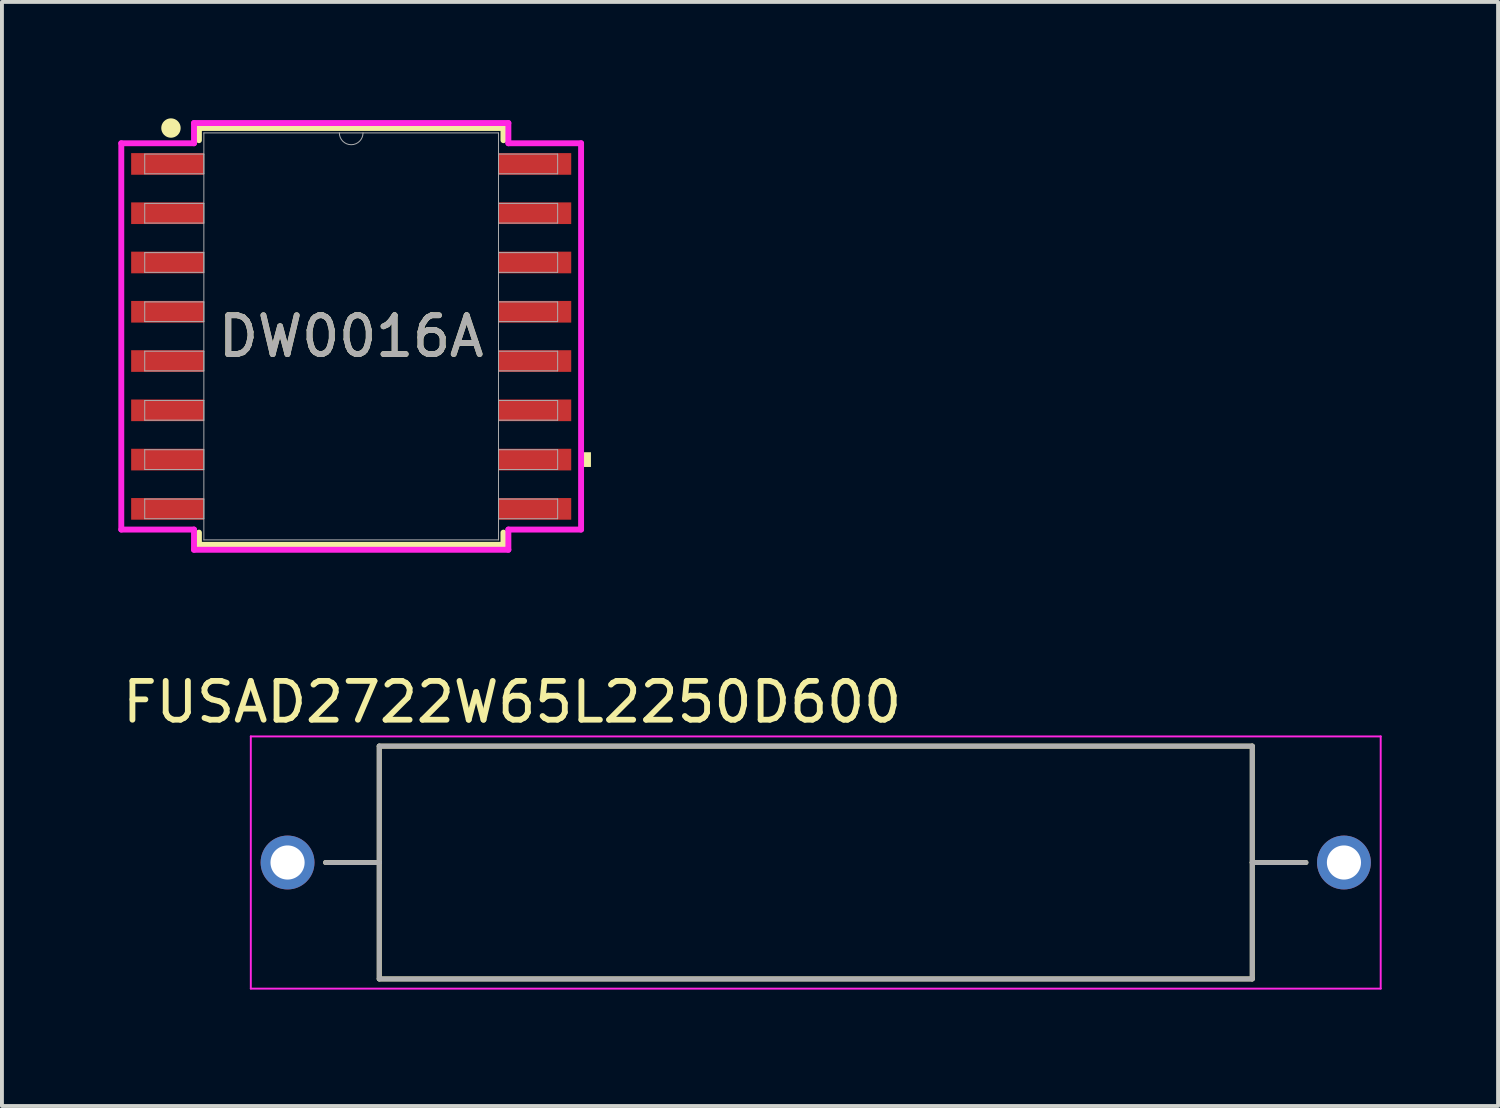
<source format=kicad_pcb>
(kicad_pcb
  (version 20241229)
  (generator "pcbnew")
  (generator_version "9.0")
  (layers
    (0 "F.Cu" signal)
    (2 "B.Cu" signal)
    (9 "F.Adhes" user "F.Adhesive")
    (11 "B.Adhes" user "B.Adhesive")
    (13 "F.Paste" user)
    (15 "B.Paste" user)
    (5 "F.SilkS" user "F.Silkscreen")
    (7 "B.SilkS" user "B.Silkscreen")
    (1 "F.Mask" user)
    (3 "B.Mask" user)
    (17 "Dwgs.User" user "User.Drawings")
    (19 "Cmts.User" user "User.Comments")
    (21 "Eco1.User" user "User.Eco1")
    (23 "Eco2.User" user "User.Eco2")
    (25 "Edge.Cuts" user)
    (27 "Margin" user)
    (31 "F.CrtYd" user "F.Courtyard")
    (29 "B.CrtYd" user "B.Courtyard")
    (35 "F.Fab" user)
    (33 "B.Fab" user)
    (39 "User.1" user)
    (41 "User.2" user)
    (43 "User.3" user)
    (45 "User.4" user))
  (footprint "DW0016A"
    (layer "F.Cu")
    (at 6.001 5.62)
    (property "Reference" "DW0016A" (at 0 0 0) (unlocked yes) (layer "F.SilkS") (effects (font (size 1 1) (thickness 0.15))))
    (attr smd)
    (fp_line (start -3.924 -5.372) (end -3.924 -5.057) (stroke (width 0.152) (type solid)) (layer "F.SilkS"))
    (fp_line (start -3.924 5.057) (end -3.924 5.372) (stroke (width 0.152) (type solid)) (layer "F.SilkS"))
    (fp_line (start -3.924 5.372) (end 3.924 5.372) (stroke (width 0.152) (type solid)) (layer "F.SilkS"))
    (fp_line (start 3.924 -5.372) (end -3.924 -5.372) (stroke (width 0.152) (type solid)) (layer "F.SilkS"))
    (fp_line (start 3.924 -5.057) (end 3.924 -5.372) (stroke (width 0.152) (type solid)) (layer "F.SilkS"))
    (fp_line (start 3.924 5.372) (end 3.924 5.057) (stroke (width 0.152) (type solid)) (layer "F.SilkS"))
    (fp_circle (center -4.645 -5.37) (end -4.52 -5.37) (stroke (width 0.25) (type solid)) (fill no) (layer "F.SilkS"))
    (fp_poly (pts (xy 6.179 2.985) (xy 6.179 3.365) (xy 5.925 3.365) (xy 5.925 2.985)) (stroke (width 0) (type solid)) (fill yes) (layer "F.SilkS"))
    (fp_line (start -5.925 -4.978) (end -4.051 -4.978) (stroke (width 0.152) (type solid)) (layer "F.CrtYd"))
    (fp_line (start -5.925 4.978) (end -5.925 -4.978) (stroke (width 0.152) (type solid)) (layer "F.CrtYd"))
    (fp_line (start -5.925 4.978) (end -4.051 4.978) (stroke (width 0.152) (type solid)) (layer "F.CrtYd"))
    (fp_line (start -4.051 -5.499) (end 4.051 -5.499) (stroke (width 0.152) (type solid)) (layer "F.CrtYd"))
    (fp_line (start -4.051 -4.978) (end -4.051 -5.499) (stroke (width 0.152) (type solid)) (layer "F.CrtYd"))
    (fp_line (start -4.051 5.499) (end -4.051 4.978) (stroke (width 0.152) (type solid)) (layer "F.CrtYd"))
    (fp_line (start 4.051 -5.499) (end 4.051 -4.978) (stroke (width 0.152) (type solid)) (layer "F.CrtYd"))
    (fp_line (start 4.051 4.978) (end 4.051 5.499) (stroke (width 0.152) (type solid)) (layer "F.CrtYd"))
    (fp_line (start 4.051 5.499) (end -4.051 5.499) (stroke (width 0.152) (type solid)) (layer "F.CrtYd"))
    (fp_line (start 5.925 -4.978) (end 4.051 -4.978) (stroke (width 0.152) (type solid)) (layer "F.CrtYd"))
    (fp_line (start 5.925 -4.978) (end 5.925 4.978) (stroke (width 0.152) (type solid)) (layer "F.CrtYd"))
    (fp_line (start 5.925 4.978) (end 4.051 4.978) (stroke (width 0.152) (type solid)) (layer "F.CrtYd"))
    (fp_line (start -5.321 -4.699) (end -5.321 -4.191) (stroke (width 0.025) (type solid)) (layer "F.Fab"))
    (fp_line (start -5.321 -4.191) (end -3.797 -4.191) (stroke (width 0.025) (type solid)) (layer "F.Fab"))
    (fp_line (start -5.321 -3.429) (end -5.321 -2.921) (stroke (width 0.025) (type solid)) (layer "F.Fab"))
    (fp_line (start -5.321 -2.921) (end -3.797 -2.921) (stroke (width 0.025) (type solid)) (layer "F.Fab"))
    (fp_line (start -5.321 -2.159) (end -5.321 -1.651) (stroke (width 0.025) (type solid)) (layer "F.Fab"))
    (fp_line (start -5.321 -1.651) (end -3.797 -1.651) (stroke (width 0.025) (type solid)) (layer "F.Fab"))
    (fp_line (start -5.321 -0.889) (end -5.321 -0.381) (stroke (width 0.025) (type solid)) (layer "F.Fab"))
    (fp_line (start -5.321 -0.381) (end -3.797 -0.381) (stroke (width 0.025) (type solid)) (layer "F.Fab"))
    (fp_line (start -5.321 0.381) (end -5.321 0.889) (stroke (width 0.025) (type solid)) (layer "F.Fab"))
    (fp_line (start -5.321 0.889) (end -3.797 0.889) (stroke (width 0.025) (type solid)) (layer "F.Fab"))
    (fp_line (start -5.321 1.651) (end -5.321 2.159) (stroke (width 0.025) (type solid)) (layer "F.Fab"))
    (fp_line (start -5.321 2.159) (end -3.797 2.159) (stroke (width 0.025) (type solid)) (layer "F.Fab"))
    (fp_line (start -5.321 2.921) (end -5.321 3.429) (stroke (width 0.025) (type solid)) (layer "F.Fab"))
    (fp_line (start -5.321 3.429) (end -3.797 3.429) (stroke (width 0.025) (type solid)) (layer "F.Fab"))
    (fp_line (start -5.321 4.191) (end -5.321 4.699) (stroke (width 0.025) (type solid)) (layer "F.Fab"))
    (fp_line (start -5.321 4.699) (end -3.797 4.699) (stroke (width 0.025) (type solid)) (layer "F.Fab"))
    (fp_line (start -3.797 -5.245) (end -3.797 5.245) (stroke (width 0.025) (type solid)) (layer "F.Fab"))
    (fp_line (start -3.797 -4.699) (end -5.321 -4.699) (stroke (width 0.025) (type solid)) (layer "F.Fab"))
    (fp_line (start -3.797 -4.191) (end -3.797 -4.699) (stroke (width 0.025) (type solid)) (layer "F.Fab"))
    (fp_line (start -3.797 -3.429) (end -5.321 -3.429) (stroke (width 0.025) (type solid)) (layer "F.Fab"))
    (fp_line (start -3.797 -2.921) (end -3.797 -3.429) (stroke (width 0.025) (type solid)) (layer "F.Fab"))
    (fp_line (start -3.797 -2.159) (end -5.321 -2.159) (stroke (width 0.025) (type solid)) (layer "F.Fab"))
    (fp_line (start -3.797 -1.651) (end -3.797 -2.159) (stroke (width 0.025) (type solid)) (layer "F.Fab"))
    (fp_line (start -3.797 -0.889) (end -5.321 -0.889) (stroke (width 0.025) (type solid)) (layer "F.Fab"))
    (fp_line (start -3.797 -0.381) (end -3.797 -0.889) (stroke (width 0.025) (type solid)) (layer "F.Fab"))
    (fp_line (start -3.797 0.381) (end -5.321 0.381) (stroke (width 0.025) (type solid)) (layer "F.Fab"))
    (fp_line (start -3.797 0.889) (end -3.797 0.381) (stroke (width 0.025) (type solid)) (layer "F.Fab"))
    (fp_line (start -3.797 1.651) (end -5.321 1.651) (stroke (width 0.025) (type solid)) (layer "F.Fab"))
    (fp_line (start -3.797 2.159) (end -3.797 1.651) (stroke (width 0.025) (type solid)) (layer "F.Fab"))
    (fp_line (start -3.797 2.921) (end -5.321 2.921) (stroke (width 0.025) (type solid)) (layer "F.Fab"))
    (fp_line (start -3.797 3.429) (end -3.797 2.921) (stroke (width 0.025) (type solid)) (layer "F.Fab"))
    (fp_line (start -3.797 4.191) (end -5.321 4.191) (stroke (width 0.025) (type solid)) (layer "F.Fab"))
    (fp_line (start -3.797 4.699) (end -3.797 4.191) (stroke (width 0.025) (type solid)) (layer "F.Fab"))
    (fp_line (start -3.797 5.245) (end 3.797 5.245) (stroke (width 0.025) (type solid)) (layer "F.Fab"))
    (fp_line (start 3.797 -5.245) (end -3.797 -5.245) (stroke (width 0.025) (type solid)) (layer "F.Fab"))
    (fp_line (start 3.797 -4.699) (end 3.797 -4.191) (stroke (width 0.025) (type solid)) (layer "F.Fab"))
    (fp_line (start 3.797 -4.191) (end 5.321 -4.191) (stroke (width 0.025) (type solid)) (layer "F.Fab"))
    (fp_line (start 3.797 -3.429) (end 3.797 -2.921) (stroke (width 0.025) (type solid)) (layer "F.Fab"))
    (fp_line (start 3.797 -2.921) (end 5.321 -2.921) (stroke (width 0.025) (type solid)) (layer "F.Fab"))
    (fp_line (start 3.797 -2.159) (end 3.797 -1.651) (stroke (width 0.025) (type solid)) (layer "F.Fab"))
    (fp_line (start 3.797 -1.651) (end 5.321 -1.651) (stroke (width 0.025) (type solid)) (layer "F.Fab"))
    (fp_line (start 3.797 -0.889) (end 3.797 -0.381) (stroke (width 0.025) (type solid)) (layer "F.Fab"))
    (fp_line (start 3.797 -0.381) (end 5.321 -0.381) (stroke (width 0.025) (type solid)) (layer "F.Fab"))
    (fp_line (start 3.797 0.381) (end 3.797 0.889) (stroke (width 0.025) (type solid)) (layer "F.Fab"))
    (fp_line (start 3.797 0.889) (end 5.321 0.889) (stroke (width 0.025) (type solid)) (layer "F.Fab"))
    (fp_line (start 3.797 1.651) (end 3.797 2.159) (stroke (width 0.025) (type solid)) (layer "F.Fab"))
    (fp_line (start 3.797 2.159) (end 5.321 2.159) (stroke (width 0.025) (type solid)) (layer "F.Fab"))
    (fp_line (start 3.797 2.921) (end 3.797 3.429) (stroke (width 0.025) (type solid)) (layer "F.Fab"))
    (fp_line (start 3.797 3.429) (end 5.321 3.429) (stroke (width 0.025) (type solid)) (layer "F.Fab"))
    (fp_line (start 3.797 4.191) (end 3.797 4.699) (stroke (width 0.025) (type solid)) (layer "F.Fab"))
    (fp_line (start 3.797 4.699) (end 5.321 4.699) (stroke (width 0.025) (type solid)) (layer "F.Fab"))
    (fp_line (start 3.797 5.245) (end 3.797 -5.245) (stroke (width 0.025) (type solid)) (layer "F.Fab"))
    (fp_line (start 5.321 -4.699) (end 3.797 -4.699) (stroke (width 0.025) (type solid)) (layer "F.Fab"))
    (fp_line (start 5.321 -4.191) (end 5.321 -4.699) (stroke (width 0.025) (type solid)) (layer "F.Fab"))
    (fp_line (start 5.321 -3.429) (end 3.797 -3.429) (stroke (width 0.025) (type solid)) (layer "F.Fab"))
    (fp_line (start 5.321 -2.921) (end 5.321 -3.429) (stroke (width 0.025) (type solid)) (layer "F.Fab"))
    (fp_line (start 5.321 -2.159) (end 3.797 -2.159) (stroke (width 0.025) (type solid)) (layer "F.Fab"))
    (fp_line (start 5.321 -1.651) (end 5.321 -2.159) (stroke (width 0.025) (type solid)) (layer "F.Fab"))
    (fp_line (start 5.321 -0.889) (end 3.797 -0.889) (stroke (width 0.025) (type solid)) (layer "F.Fab"))
    (fp_line (start 5.321 -0.381) (end 5.321 -0.889) (stroke (width 0.025) (type solid)) (layer "F.Fab"))
    (fp_line (start 5.321 0.381) (end 3.797 0.381) (stroke (width 0.025) (type solid)) (layer "F.Fab"))
    (fp_line (start 5.321 0.889) (end 5.321 0.381) (stroke (width 0.025) (type solid)) (layer "F.Fab"))
    (fp_line (start 5.321 1.651) (end 3.797 1.651) (stroke (width 0.025) (type solid)) (layer "F.Fab"))
    (fp_line (start 5.321 2.159) (end 5.321 1.651) (stroke (width 0.025) (type solid)) (layer "F.Fab"))
    (fp_line (start 5.321 2.921) (end 3.797 2.921) (stroke (width 0.025) (type solid)) (layer "F.Fab"))
    (fp_line (start 5.321 3.429) (end 5.321 2.921) (stroke (width 0.025) (type solid)) (layer "F.Fab"))
    (fp_line (start 5.321 4.191) (end 3.797 4.191) (stroke (width 0.025) (type solid)) (layer "F.Fab"))
    (fp_line (start 5.321 4.699) (end 5.321 4.191) (stroke (width 0.025) (type solid)) (layer "F.Fab"))
    (fp_arc (start 0.3048 -5.2451) (mid 0 -4.9403) (end -0.3048 -5.2451) (stroke (width 0.0254) (type solid)) (layer "F.Fab"))
    (fp_text user "${REFERENCE}" (at 0 0 0) (unlocked yes) (layer "F.Fab") (effects (font (size 1 1) (thickness 0.15))))
    (pad "1" smd rect (at -4.734 -4.445) (size 1.874 0.558) (layers "F.Cu" "F.Mask" "F.Paste"))
    (pad "2" smd rect (at -4.734 -3.175) (size 1.874 0.558) (layers "F.Cu" "F.Mask" "F.Paste"))
    (pad "3" smd rect (at -4.734 -1.905) (size 1.874 0.558) (layers "F.Cu" "F.Mask" "F.Paste"))
    (pad "4" smd rect (at -4.734 -0.635) (size 1.874 0.558) (layers "F.Cu" "F.Mask" "F.Paste"))
    (pad "5" smd rect (at -4.734 0.635) (size 1.874 0.558) (layers "F.Cu" "F.Mask" "F.Paste"))
    (pad "6" smd rect (at -4.734 1.905) (size 1.874 0.558) (layers "F.Cu" "F.Mask" "F.Paste"))
    (pad "7" smd rect (at -4.734 3.175) (size 1.874 0.558) (layers "F.Cu" "F.Mask" "F.Paste"))
    (pad "8" smd rect (at -4.734 4.445) (size 1.874 0.558) (layers "F.Cu" "F.Mask" "F.Paste"))
    (pad "9" smd rect (at 4.734 4.445) (size 1.874 0.558) (layers "F.Cu" "F.Mask" "F.Paste"))
    (pad "10" smd rect (at 4.734 3.175) (size 1.874 0.558) (layers "F.Cu" "F.Mask" "F.Paste"))
    (pad "11" smd rect (at 4.734 1.905) (size 1.874 0.558) (layers "F.Cu" "F.Mask" "F.Paste"))
    (pad "12" smd rect (at 4.734 0.635) (size 1.874 0.558) (layers "F.Cu" "F.Mask" "F.Paste"))
    (pad "13" smd rect (at 4.734 -0.635) (size 1.874 0.558) (layers "F.Cu" "F.Mask" "F.Paste"))
    (pad "14" smd rect (at 4.734 -1.905) (size 1.874 0.558) (layers "F.Cu" "F.Mask" "F.Paste"))
    (pad "15" smd rect (at 4.734 -3.175) (size 1.874 0.558) (layers "F.Cu" "F.Mask" "F.Paste"))
    (pad "16" smd rect (at 4.734 -4.445) (size 1.874 0.558) (layers "F.Cu" "F.Mask" "F.Paste")))
  (footprint "FUSAD2722W65L2250D600"
    (layer "F.Cu")
    (at 17.974 19.179)
    (property "Reference" "FUSAD2722W65L2250D600" (at -7.825 -4.135 0) (layer "F.SilkS") (effects (font (size 1 1) (thickness 0.15))))
    (attr through_hole)
    (fp_line (start -12.633 0) (end -11.25 0) (stroke (width 0.127) (type solid)) (layer "F.SilkS"))
    (fp_line (start -11.25 -3) (end 11.25 -3) (stroke (width 0.127) (type solid)) (layer "F.SilkS"))
    (fp_line (start -11.25 0) (end -11.25 -3) (stroke (width 0.127) (type solid)) (layer "F.SilkS"))
    (fp_line (start -11.25 3) (end -11.25 0) (stroke (width 0.127) (type solid)) (layer "F.SilkS"))
    (fp_line (start 11.25 -3) (end 11.25 0) (stroke (width 0.127) (type solid)) (layer "F.SilkS"))
    (fp_line (start 11.25 0) (end 11.25 3) (stroke (width 0.127) (type solid)) (layer "F.SilkS"))
    (fp_line (start 11.25 3) (end -11.25 3) (stroke (width 0.127) (type solid)) (layer "F.SilkS"))
    (fp_line (start 12.633 0) (end 11.25 0) (stroke (width 0.127) (type solid)) (layer "F.SilkS"))
    (fp_line (start -14.56 -3.25) (end 14.56 -3.25) (stroke (width 0.05) (type solid)) (layer "F.CrtYd"))
    (fp_line (start -14.56 3.25) (end -14.56 -3.25) (stroke (width 0.05) (type solid)) (layer "F.CrtYd"))
    (fp_line (start 14.56 -3.25) (end 14.56 3.25) (stroke (width 0.05) (type solid)) (layer "F.CrtYd"))
    (fp_line (start 14.56 3.25) (end -14.56 3.25) (stroke (width 0.05) (type solid)) (layer "F.CrtYd"))
    (fp_line (start -12.633 0) (end -11.25 0) (stroke (width 0.127) (type solid)) (layer "F.Fab"))
    (fp_line (start -11.25 -3) (end 11.25 -3) (stroke (width 0.127) (type solid)) (layer "F.Fab"))
    (fp_line (start -11.25 0) (end -11.25 -3) (stroke (width 0.127) (type solid)) (layer "F.Fab"))
    (fp_line (start -11.25 3) (end -11.25 0) (stroke (width 0.127) (type solid)) (layer "F.Fab"))
    (fp_line (start 11.25 -3) (end 11.25 0) (stroke (width 0.127) (type solid)) (layer "F.Fab"))
    (fp_line (start 11.25 0) (end 11.25 3) (stroke (width 0.127) (type solid)) (layer "F.Fab"))
    (fp_line (start 11.25 3) (end -11.25 3) (stroke (width 0.127) (type solid)) (layer "F.Fab"))
    (fp_line (start 12.633 0) (end 11.25 0) (stroke (width 0.127) (type solid)) (layer "F.Fab"))
    (pad "1" thru_hole circle (at -13.613 0) (size 1.388 1.388) (drill 0.88) (layers "*.Cu" "*.Mask"))
    (pad "2" thru_hole circle (at 13.613 0) (size 1.388 1.388) (drill 0.88) (layers "*.Cu" "*.Mask")))
  (gr_rect
    (start -3 -3)
    (end 35.559 25.454)
    (stroke (width 0.1) (type default))
    (fill no)
    (layer "Edge.Cuts")))
</source>
